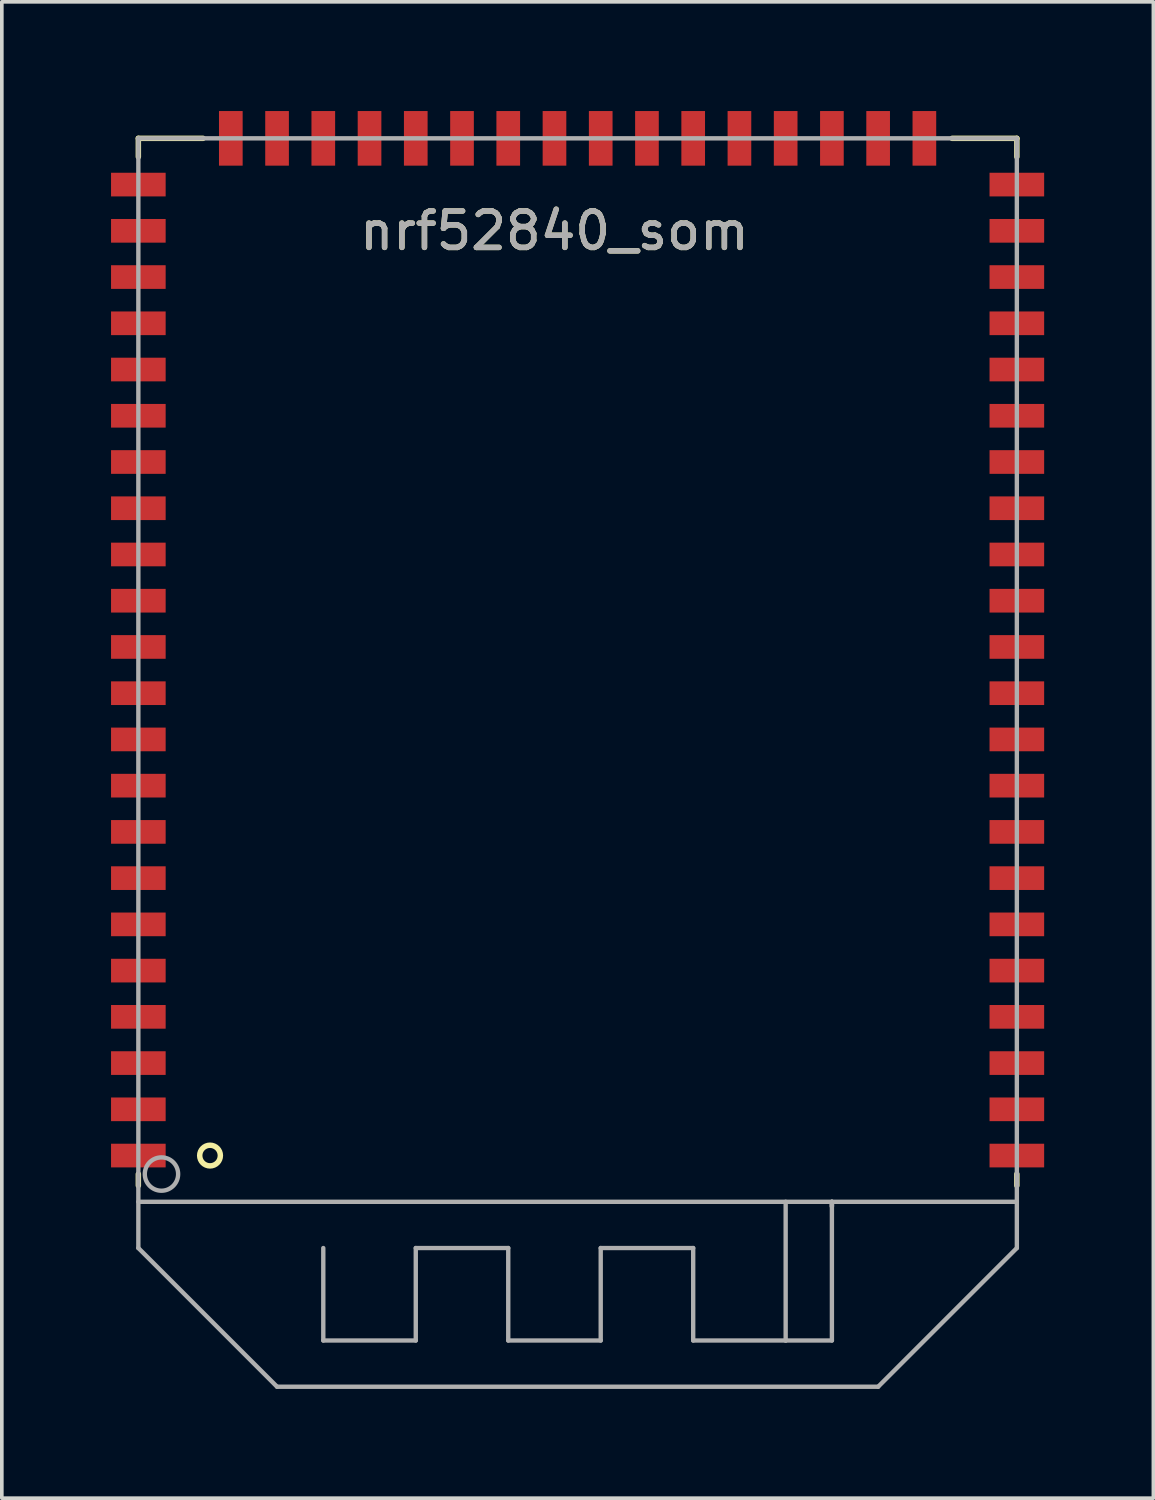
<source format=kicad_pcb>
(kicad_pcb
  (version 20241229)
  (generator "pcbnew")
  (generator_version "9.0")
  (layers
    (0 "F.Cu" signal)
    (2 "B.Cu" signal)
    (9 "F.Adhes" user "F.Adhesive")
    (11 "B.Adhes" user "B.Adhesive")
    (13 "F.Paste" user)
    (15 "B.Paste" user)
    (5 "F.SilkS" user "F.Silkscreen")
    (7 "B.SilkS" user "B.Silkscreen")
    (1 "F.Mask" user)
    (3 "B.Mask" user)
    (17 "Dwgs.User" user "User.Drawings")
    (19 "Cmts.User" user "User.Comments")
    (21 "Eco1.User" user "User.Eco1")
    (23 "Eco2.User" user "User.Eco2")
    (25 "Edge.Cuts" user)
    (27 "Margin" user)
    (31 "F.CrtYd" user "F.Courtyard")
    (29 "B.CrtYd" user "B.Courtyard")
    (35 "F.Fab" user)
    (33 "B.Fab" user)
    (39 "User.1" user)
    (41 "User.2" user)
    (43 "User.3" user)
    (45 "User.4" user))
  (footprint "nrf52840_som"
    (layer "F.Cu")
    (at 12.18 15.99)
    (property "Reference" "nrf52840_som" (at 0 -12.7 0) (layer "F.SilkS") (effects (font (size 1 1) (thickness 0.15))))
    (attr smd)
    (fp_line (start -11.43 -15.24) (end -9.652 -15.24) (stroke (width 0.15) (type solid)) (layer "F.SilkS"))
    (fp_line (start -11.43 -14.732) (end -11.43 -15.24) (stroke (width 0.15) (type solid)) (layer "F.SilkS"))
    (fp_line (start -11.43 13.525) (end -11.43 13.208) (stroke (width 0.15) (type solid)) (layer "F.SilkS"))
    (fp_line (start 10.922 -15.24) (end 12.7 -15.24) (stroke (width 0.15) (type solid)) (layer "F.SilkS"))
    (fp_line (start 12.7 -14.732) (end 12.7 -15.24) (stroke (width 0.15) (type solid)) (layer "F.SilkS"))
    (fp_line (start 12.7 13.525) (end 12.7 13.208) (stroke (width 0.15) (type solid)) (layer "F.SilkS"))
    (fp_circle (center -9.461 12.7) (end -9.207 12.827) (stroke (width 0.15) (type solid)) (fill no) (layer "F.SilkS"))
    (fp_line (start -11.43 -15.24) (end 12.7 -15.24) (stroke (width 0.12) (type solid)) (layer "F.Fab"))
    (fp_line (start -11.43 13.97) (end 12.7 13.97) (stroke (width 0.12) (type solid)) (layer "F.Fab"))
    (fp_line (start -11.43 15.24) (end -11.43 -15.24) (stroke (width 0.12) (type solid)) (layer "F.Fab"))
    (fp_line (start -7.62 19.05) (end -11.43 15.24) (stroke (width 0.12) (type solid)) (layer "F.Fab"))
    (fp_line (start -6.35 17.78) (end -6.35 15.24) (stroke (width 0.12) (type solid)) (layer "F.Fab"))
    (fp_line (start -3.81 15.24) (end -3.81 17.78) (stroke (width 0.12) (type solid)) (layer "F.Fab"))
    (fp_line (start -3.81 17.78) (end -6.35 17.78) (stroke (width 0.12) (type solid)) (layer "F.Fab"))
    (fp_line (start -1.27 15.24) (end -3.81 15.24) (stroke (width 0.12) (type solid)) (layer "F.Fab"))
    (fp_line (start -1.27 17.78) (end -1.27 15.24) (stroke (width 0.12) (type solid)) (layer "F.Fab"))
    (fp_line (start 1.27 15.24) (end 1.27 17.78) (stroke (width 0.12) (type solid)) (layer "F.Fab"))
    (fp_line (start 1.27 17.78) (end -1.27 17.78) (stroke (width 0.12) (type solid)) (layer "F.Fab"))
    (fp_line (start 3.81 15.24) (end 1.27 15.24) (stroke (width 0.12) (type solid)) (layer "F.Fab"))
    (fp_line (start 3.81 17.78) (end 3.81 15.24) (stroke (width 0.12) (type solid)) (layer "F.Fab"))
    (fp_line (start 6.35 13.97) (end 6.35 17.78) (stroke (width 0.12) (type solid)) (layer "F.Fab"))
    (fp_line (start 6.35 17.78) (end 3.81 17.78) (stroke (width 0.12) (type solid)) (layer "F.Fab"))
    (fp_line (start 6.35 17.78) (end 7.62 17.78) (stroke (width 0.12) (type solid)) (layer "F.Fab"))
    (fp_line (start 7.62 13.97) (end 7.62 14.097) (stroke (width 0.12) (type solid)) (layer "F.Fab"))
    (fp_line (start 7.62 14.097) (end 7.62 13.97) (stroke (width 0.12) (type solid)) (layer "F.Fab"))
    (fp_line (start 7.62 17.78) (end 7.62 13.97) (stroke (width 0.12) (type solid)) (layer "F.Fab"))
    (fp_line (start 8.89 19.05) (end -7.62 19.05) (stroke (width 0.12) (type solid)) (layer "F.Fab"))
    (fp_line (start 12.7 -15.24) (end 12.7 15.24) (stroke (width 0.12) (type solid)) (layer "F.Fab"))
    (fp_line (start 12.7 15.24) (end 8.89 19.05) (stroke (width 0.12) (type solid)) (layer "F.Fab"))
    (fp_circle (center -10.795 13.208) (end -10.414 13.462) (stroke (width 0.12) (type solid)) (fill no) (layer "F.Fab"))
    (fp_text user "${REFERENCE}" (at 0 -12.7 180) (layer "F.Fab") (effects (font (size 1 1) (thickness 0.15))))
    (pad "1" smd rect (at -11.43 12.7 180) (size 1.5 0.65) (layers "F.Cu" "F.Mask" "F.Paste"))
    (pad "2" smd rect (at -11.43 11.43 180) (size 1.5 0.65) (layers "F.Cu" "F.Mask" "F.Paste"))
    (pad "3" smd rect (at -11.43 10.16 180) (size 1.5 0.65) (layers "F.Cu" "F.Mask" "F.Paste"))
    (pad "4" smd rect (at -11.43 8.89 180) (size 1.5 0.65) (layers "F.Cu" "F.Mask" "F.Paste"))
    (pad "5" smd rect (at -11.43 7.62 180) (size 1.5 0.65) (layers "F.Cu" "F.Mask" "F.Paste"))
    (pad "6" smd rect (at -11.43 6.35 180) (size 1.5 0.65) (layers "F.Cu" "F.Mask" "F.Paste"))
    (pad "7" smd rect (at -11.43 5.08 180) (size 1.5 0.65) (layers "F.Cu" "F.Mask" "F.Paste"))
    (pad "8" smd rect (at -11.43 3.81 180) (size 1.5 0.65) (layers "F.Cu" "F.Mask" "F.Paste"))
    (pad "9" smd rect (at -11.43 2.54 180) (size 1.5 0.65) (layers "F.Cu" "F.Mask" "F.Paste"))
    (pad "10" smd rect (at -11.43 1.27 180) (size 1.5 0.65) (layers "F.Cu" "F.Mask" "F.Paste"))
    (pad "11" smd rect (at -11.43 0 180) (size 1.5 0.65) (layers "F.Cu" "F.Mask" "F.Paste"))
    (pad "12" smd rect (at -11.43 -1.27 180) (size 1.5 0.65) (layers "F.Cu" "F.Mask" "F.Paste"))
    (pad "13" smd rect (at -11.43 -2.54 180) (size 1.5 0.65) (layers "F.Cu" "F.Mask" "F.Paste"))
    (pad "14" smd rect (at -11.43 -3.81 180) (size 1.5 0.65) (layers "F.Cu" "F.Mask" "F.Paste"))
    (pad "15" smd rect (at -11.43 -5.08 180) (size 1.5 0.65) (layers "F.Cu" "F.Mask" "F.Paste"))
    (pad "16" smd rect (at -11.43 -6.35 180) (size 1.5 0.65) (layers "F.Cu" "F.Mask" "F.Paste"))
    (pad "17" smd rect (at -11.43 -7.62 180) (size 1.5 0.65) (layers "F.Cu" "F.Mask" "F.Paste"))
    (pad "18" smd rect (at -11.43 -8.89 180) (size 1.5 0.65) (layers "F.Cu" "F.Mask" "F.Paste"))
    (pad "19" smd rect (at -11.43 -10.16 180) (size 1.5 0.65) (layers "F.Cu" "F.Mask" "F.Paste"))
    (pad "20" smd rect (at -11.43 -11.43 180) (size 1.5 0.65) (layers "F.Cu" "F.Mask" "F.Paste"))
    (pad "21" smd rect (at -11.43 -12.7 180) (size 1.5 0.65) (layers "F.Cu" "F.Mask" "F.Paste"))
    (pad "22" smd rect (at -11.43 -13.97 180) (size 1.5 0.65) (layers "F.Cu" "F.Mask" "F.Paste"))
    (pad "23" smd rect (at -8.89 -15.24 270) (size 1.5 0.65) (layers "F.Cu" "F.Mask" "F.Paste"))
    (pad "24" smd rect (at -7.62 -15.24 270) (size 1.5 0.65) (layers "F.Cu" "F.Mask" "F.Paste"))
    (pad "25" smd rect (at -6.35 -15.24 270) (size 1.5 0.65) (layers "F.Cu" "F.Mask" "F.Paste"))
    (pad "26" smd rect (at -5.08 -15.24 270) (size 1.5 0.65) (layers "F.Cu" "F.Mask" "F.Paste"))
    (pad "27" smd rect (at -3.81 -15.24 270) (size 1.5 0.65) (layers "F.Cu" "F.Mask" "F.Paste"))
    (pad "28" smd rect (at -2.54 -15.24 270) (size 1.5 0.65) (layers "F.Cu" "F.Mask" "F.Paste"))
    (pad "29" smd rect (at -1.27 -15.24 270) (size 1.5 0.65) (layers "F.Cu" "F.Mask" "F.Paste"))
    (pad "30" smd rect (at 0 -15.24 270) (size 1.5 0.65) (layers "F.Cu" "F.Mask" "F.Paste"))
    (pad "31" smd rect (at 1.27 -15.24 270) (size 1.5 0.65) (layers "F.Cu" "F.Mask" "F.Paste"))
    (pad "32" smd rect (at 2.54 -15.24 270) (size 1.5 0.65) (layers "F.Cu" "F.Mask" "F.Paste"))
    (pad "33" smd rect (at 3.81 -15.24 270) (size 1.5 0.65) (layers "F.Cu" "F.Mask" "F.Paste"))
    (pad "34" smd rect (at 5.08 -15.24 270) (size 1.5 0.65) (layers "F.Cu" "F.Mask" "F.Paste"))
    (pad "35" smd rect (at 6.35 -15.24 270) (size 1.5 0.65) (layers "F.Cu" "F.Mask" "F.Paste"))
    (pad "36" smd rect (at 7.62 -15.24 270) (size 1.5 0.65) (layers "F.Cu" "F.Mask" "F.Paste"))
    (pad "37" smd rect (at 8.89 -15.24 270) (size 1.5 0.65) (layers "F.Cu" "F.Mask" "F.Paste"))
    (pad "38" smd rect (at 10.16 -15.24 270) (size 1.5 0.65) (layers "F.Cu" "F.Mask" "F.Paste"))
    (pad "39" smd rect (at 12.7 -13.97) (size 1.5 0.65) (layers "F.Cu" "F.Mask" "F.Paste"))
    (pad "40" smd rect (at 12.7 -12.7) (size 1.5 0.65) (layers "F.Cu" "F.Mask" "F.Paste"))
    (pad "41" smd rect (at 12.7 -11.43) (size 1.5 0.65) (layers "F.Cu" "F.Mask" "F.Paste"))
    (pad "42" smd rect (at 12.7 -10.16) (size 1.5 0.65) (layers "F.Cu" "F.Mask" "F.Paste"))
    (pad "43" smd rect (at 12.7 -8.89) (size 1.5 0.65) (layers "F.Cu" "F.Mask" "F.Paste"))
    (pad "44" smd rect (at 12.7 -7.62) (size 1.5 0.65) (layers "F.Cu" "F.Mask" "F.Paste"))
    (pad "45" smd rect (at 12.7 -6.35) (size 1.5 0.65) (layers "F.Cu" "F.Mask" "F.Paste"))
    (pad "46" smd rect (at 12.7 -5.08) (size 1.5 0.65) (layers "F.Cu" "F.Mask" "F.Paste"))
    (pad "47" smd rect (at 12.7 -3.81) (size 1.5 0.65) (layers "F.Cu" "F.Mask" "F.Paste"))
    (pad "48" smd rect (at 12.7 -2.54) (size 1.5 0.65) (layers "F.Cu" "F.Mask" "F.Paste"))
    (pad "49" smd rect (at 12.7 -1.27) (size 1.5 0.65) (layers "F.Cu" "F.Mask" "F.Paste"))
    (pad "50" smd rect (at 12.7 0) (size 1.5 0.65) (layers "F.Cu" "F.Mask" "F.Paste"))
    (pad "51" smd rect (at 12.7 1.27) (size 1.5 0.65) (layers "F.Cu" "F.Mask" "F.Paste"))
    (pad "52" smd rect (at 12.7 2.54) (size 1.5 0.65) (layers "F.Cu" "F.Mask" "F.Paste"))
    (pad "53" smd rect (at 12.7 3.81) (size 1.5 0.65) (layers "F.Cu" "F.Mask" "F.Paste"))
    (pad "54" smd rect (at 12.7 5.08) (size 1.5 0.65) (layers "F.Cu" "F.Mask" "F.Paste"))
    (pad "55" smd rect (at 12.7 6.35) (size 1.5 0.65) (layers "F.Cu" "F.Mask" "F.Paste"))
    (pad "56" smd rect (at 12.7 7.62) (size 1.5 0.65) (layers "F.Cu" "F.Mask" "F.Paste"))
    (pad "57" smd rect (at 12.7 8.89) (size 1.5 0.65) (layers "F.Cu" "F.Mask" "F.Paste"))
    (pad "58" smd rect (at 12.7 10.16) (size 1.5 0.65) (layers "F.Cu" "F.Mask" "F.Paste"))
    (pad "59" smd rect (at 12.7 11.43) (size 1.5 0.65) (layers "F.Cu" "F.Mask" "F.Paste"))
    (pad "60" smd rect (at 12.7 12.7) (size 1.5 0.65) (layers "F.Cu" "F.Mask" "F.Paste")))
  (gr_rect
    (start -3 -3)
    (end 28.63 38.1)
    (stroke (width 0.1) (type default))
    (fill no)
    (layer "Edge.Cuts")))
</source>
